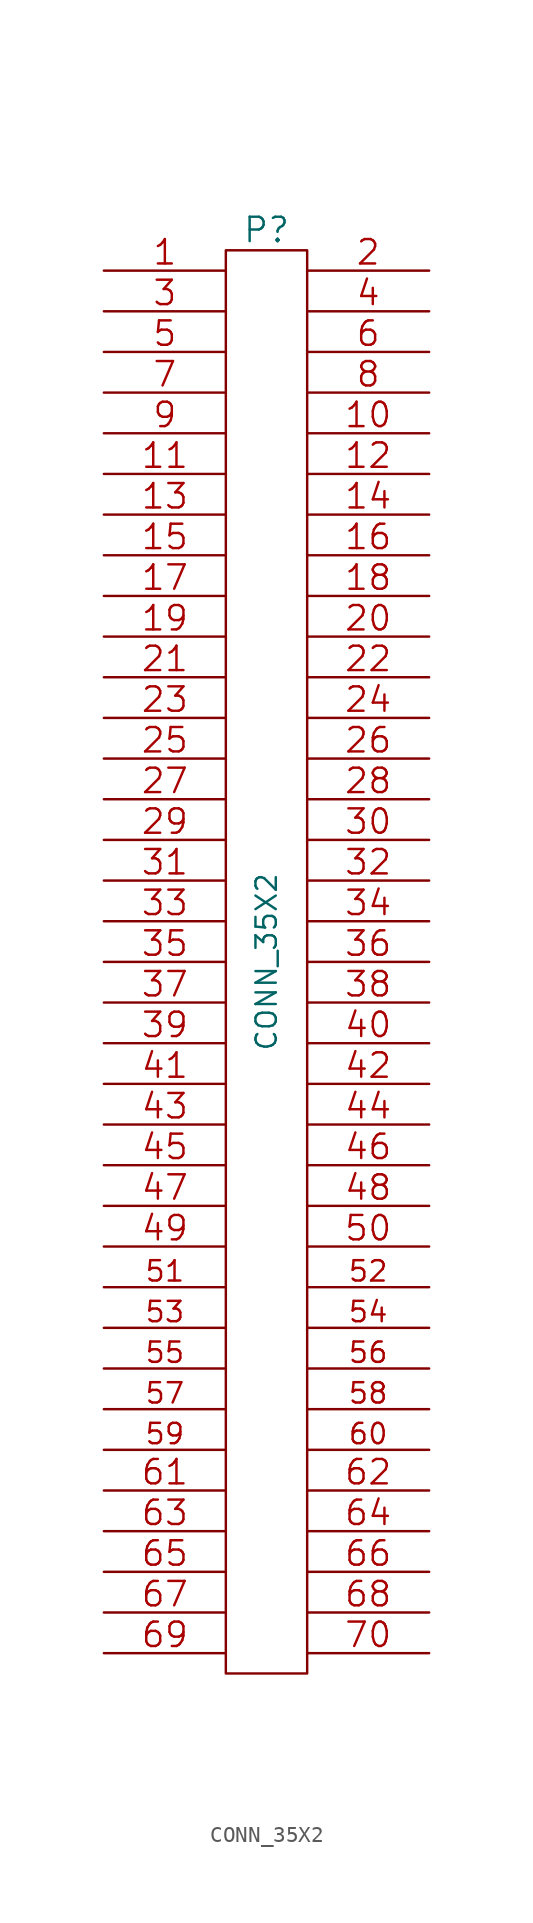
<source format=kicad_sym>
(kicad_symbol_lib
  (version 20241209)
  (generator "kicad_symbol_editor")
  (generator_version "9.0")
  (symbol "CONN_35X2"
    (pin_names
      (offset 0.254)
      (hide yes))
    (property "Reference" "P"
      (at 0 45.72 0)
      (effects (font (size 1.524 1.524))))
    (property "Value" "CONN_35X2"
      (at 0 0 90)
      (effects (font (size 1.27 1.27))))
    (property "Footprint" ""
      (at 0 6.35 0)
      (effects (font (size 1.524 1.524))))
    (property "Datasheet" ""
      (at 0 6.35 0)
      (effects (font (size 1.524 1.524))))
    (symbol "CONN_35X2_0_1"
      (rectangle (start -2.54 -44.45) (end 2.54 44.45) (stroke (width 0) (type solid)) (fill (type none))))
    (symbol "CONN_35X2_1_1"
      (pin passive line (at -10.16 43.18 0) (length 7.62) (name "P1" (effects (font (size 0.762 0.762)))) (number "1" (effects (font (size 1.524 1.524)))))
      (pin passive line (at -10.16 40.64 0) (length 7.62) (name "P3" (effects (font (size 0.762 0.762)))) (number "3" (effects (font (size 1.524 1.524)))))
      (pin passive line (at -10.16 38.1 0) (length 7.62) (name "P5" (effects (font (size 0.762 0.762)))) (number "5" (effects (font (size 1.524 1.524)))))
      (pin passive line (at -10.16 35.56 0) (length 7.62) (name "P7" (effects (font (size 0.762 0.762)))) (number "7" (effects (font (size 1.524 1.524)))))
      (pin passive line (at -10.16 33.02 0) (length 7.62) (name "P9" (effects (font (size 0.762 0.762)))) (number "9" (effects (font (size 1.524 1.524)))))
      (pin passive line (at -10.16 30.48 0) (length 7.62) (name "P11" (effects (font (size 0.762 0.762)))) (number "11" (effects (font (size 1.524 1.524)))))
      (pin passive line (at -10.16 27.94 0) (length 7.62) (name "P13" (effects (font (size 0.762 0.762)))) (number "13" (effects (font (size 1.524 1.524)))))
      (pin passive line (at -10.16 25.4 0) (length 7.62) (name "P15" (effects (font (size 0.762 0.762)))) (number "15" (effects (font (size 1.524 1.524)))))
      (pin passive line (at -10.16 22.86 0) (length 7.62) (name "P17" (effects (font (size 0.762 0.762)))) (number "17" (effects (font (size 1.524 1.524)))))
      (pin passive line (at -10.16 20.32 0) (length 7.62) (name "P19" (effects (font (size 0.762 0.762)))) (number "19" (effects (font (size 1.524 1.524)))))
      (pin passive line (at -10.16 17.78 0) (length 7.62) (name "P21" (effects (font (size 0.762 0.762)))) (number "21" (effects (font (size 1.524 1.524)))))
      (pin passive line (at -10.16 15.24 0) (length 7.62) (name "P23" (effects (font (size 0.762 0.762)))) (number "23" (effects (font (size 1.524 1.524)))))
      (pin passive line (at -10.16 12.7 0) (length 7.62) (name "~" (effects (font (size 0.762 0.762)))) (number "25" (effects (font (size 1.524 1.524)))))
      (pin passive line (at -10.16 10.16 0) (length 7.62) (name "P27" (effects (font (size 0.762 0.762)))) (number "27" (effects (font (size 1.524 1.524)))))
      (pin passive line (at -10.16 7.62 0) (length 7.62) (name "P29" (effects (font (size 0.762 0.762)))) (number "29" (effects (font (size 1.524 1.524)))))
      (pin passive line (at -10.16 5.08 0) (length 7.62) (name "P31" (effects (font (size 0.762 0.762)))) (number "31" (effects (font (size 1.524 1.524)))))
      (pin passive line (at -10.16 2.54 0) (length 7.62) (name "P33" (effects (font (size 0.762 0.762)))) (number "33" (effects (font (size 1.524 1.524)))))
      (pin passive line (at -10.16 0 0) (length 7.62) (name "P35" (effects (font (size 0.762 0.762)))) (number "35" (effects (font (size 1.524 1.524)))))
      (pin passive line (at -10.16 -2.54 0) (length 7.62) (name "P37" (effects (font (size 0.762 0.762)))) (number "37" (effects (font (size 1.524 1.524)))))
      (pin passive line (at -10.16 -5.08 0) (length 7.62) (name "P39" (effects (font (size 0.762 0.762)))) (number "39" (effects (font (size 1.524 1.524)))))
      (pin passive line (at -10.16 -7.62 0) (length 7.62) (name "P41" (effects (font (size 0.762 0.762)))) (number "41" (effects (font (size 1.524 1.524)))))
      (pin passive line (at -10.16 -10.16 0) (length 7.62) (name "P43" (effects (font (size 0.762 0.762)))) (number "43" (effects (font (size 1.524 1.524)))))
      (pin passive line (at -10.16 -12.7 0) (length 7.62) (name "P45" (effects (font (size 0.762 0.762)))) (number "45" (effects (font (size 1.524 1.524)))))
      (pin passive line (at -10.16 -15.24 0) (length 7.62) (name "P47" (effects (font (size 0.762 0.762)))) (number "47" (effects (font (size 1.524 1.524)))))
      (pin passive line (at -10.16 -17.78 0) (length 7.62) (name "P49" (effects (font (size 0.762 0.762)))) (number "49" (effects (font (size 1.524 1.524)))))
      (pin passive line (at -10.16 -20.32 0) (length 7.62) (name "P51" (effects (font (size 1.27 1.27)))) (number "51" (effects (font (size 1.27 1.27)))))
      (pin passive line (at -10.16 -22.86 0) (length 7.62) (name "P53" (effects (font (size 1.27 1.27)))) (number "53" (effects (font (size 1.27 1.27)))))
      (pin passive line (at -10.16 -25.4 0) (length 7.62) (name "P55" (effects (font (size 1.27 1.27)))) (number "55" (effects (font (size 1.27 1.27)))))
      (pin passive line (at -10.16 -27.94 0) (length 7.62) (name "P57" (effects (font (size 1.27 1.27)))) (number "57" (effects (font (size 1.27 1.27)))))
      (pin passive line (at -10.16 -30.48 0) (length 7.62) (name "P59" (effects (font (size 1.27 1.27)))) (number "59" (effects (font (size 1.27 1.27)))))
      (pin passive line (at -10.16 -33.02 0) (length 7.62) (name "P61" (effects (font (size 0.762 0.762)))) (number "61" (effects (font (size 1.524 1.524)))))
      (pin passive line (at -10.16 -35.56 0) (length 7.62) (name "P63" (effects (font (size 0.762 0.762)))) (number "63" (effects (font (size 1.524 1.524)))))
      (pin passive line (at -10.16 -38.1 0) (length 7.62) (name "P65" (effects (font (size 0.762 0.762)))) (number "65" (effects (font (size 1.524 1.524)))))
      (pin passive line (at -10.16 -40.64 0) (length 7.62) (name "P67" (effects (font (size 0.762 0.762)))) (number "67" (effects (font (size 1.524 1.524)))))
      (pin passive line (at -10.16 -43.18 0) (length 7.62) (name "P69" (effects (font (size 0.762 0.762)))) (number "69" (effects (font (size 1.524 1.524)))))
      (pin passive line (at 10.16 43.18 180) (length 7.62) (name "P2" (effects (font (size 0.762 0.762)))) (number "2" (effects (font (size 1.524 1.524)))))
      (pin passive line (at 10.16 40.64 180) (length 7.62) (name "P4" (effects (font (size 0.762 0.762)))) (number "4" (effects (font (size 1.524 1.524)))))
      (pin passive line (at 10.16 38.1 180) (length 7.62) (name "P6" (effects (font (size 0.762 0.762)))) (number "6" (effects (font (size 1.524 1.524)))))
      (pin passive line (at 10.16 35.56 180) (length 7.62) (name "P8" (effects (font (size 0.762 0.762)))) (number "8" (effects (font (size 1.524 1.524)))))
      (pin passive line (at 10.16 33.02 180) (length 7.62) (name "P10" (effects (font (size 0.762 0.762)))) (number "10" (effects (font (size 1.524 1.524)))))
      (pin passive line (at 10.16 30.48 180) (length 7.62) (name "P12" (effects (font (size 0.762 0.762)))) (number "12" (effects (font (size 1.524 1.524)))))
      (pin passive line (at 10.16 27.94 180) (length 7.62) (name "P14" (effects (font (size 0.762 0.762)))) (number "14" (effects (font (size 1.524 1.524)))))
      (pin passive line (at 10.16 25.4 180) (length 7.62) (name "P16" (effects (font (size 0.762 0.762)))) (number "16" (effects (font (size 1.524 1.524)))))
      (pin passive line (at 10.16 22.86 180) (length 7.62) (name "P18" (effects (font (size 0.762 0.762)))) (number "18" (effects (font (size 1.524 1.524)))))
      (pin passive line (at 10.16 20.32 180) (length 7.62) (name "P20" (effects (font (size 0.762 0.762)))) (number "20" (effects (font (size 1.524 1.524)))))
      (pin passive line (at 10.16 17.78 180) (length 7.62) (name "P22" (effects (font (size 0.762 0.762)))) (number "22" (effects (font (size 1.524 1.524)))))
      (pin passive line (at 10.16 15.24 180) (length 7.62) (name "P24" (effects (font (size 0.762 0.762)))) (number "24" (effects (font (size 1.524 1.524)))))
      (pin passive line (at 10.16 12.7 180) (length 7.62) (name "P26" (effects (font (size 0.762 0.762)))) (number "26" (effects (font (size 1.524 1.524)))))
      (pin passive line (at 10.16 10.16 180) (length 7.62) (name "P28" (effects (font (size 0.762 0.762)))) (number "28" (effects (font (size 1.524 1.524)))))
      (pin passive line (at 10.16 7.62 180) (length 7.62) (name "P30" (effects (font (size 0.762 0.762)))) (number "30" (effects (font (size 1.524 1.524)))))
      (pin passive line (at 10.16 5.08 180) (length 7.62) (name "P32" (effects (font (size 0.762 0.762)))) (number "32" (effects (font (size 1.524 1.524)))))
      (pin passive line (at 10.16 2.54 180) (length 7.62) (name "P34" (effects (font (size 0.762 0.762)))) (number "34" (effects (font (size 1.524 1.524)))))
      (pin passive line (at 10.16 0 180) (length 7.62) (name "P36" (effects (font (size 0.762 0.762)))) (number "36" (effects (font (size 1.524 1.524)))))
      (pin passive line (at 10.16 -2.54 180) (length 7.62) (name "P38" (effects (font (size 0.762 0.762)))) (number "38" (effects (font (size 1.524 1.524)))))
      (pin passive line (at 10.16 -5.08 180) (length 7.62) (name "P40" (effects (font (size 0.762 0.762)))) (number "40" (effects (font (size 1.524 1.524)))))
      (pin passive line (at 10.16 -7.62 180) (length 7.62) (name "P42" (effects (font (size 0.762 0.762)))) (number "42" (effects (font (size 1.524 1.524)))))
      (pin passive line (at 10.16 -10.16 180) (length 7.62) (name "P44" (effects (font (size 0.762 0.762)))) (number "44" (effects (font (size 1.524 1.524)))))
      (pin passive line (at 10.16 -12.7 180) (length 7.62) (name "P46" (effects (font (size 0.762 0.762)))) (number "46" (effects (font (size 1.524 1.524)))))
      (pin passive line (at 10.16 -15.24 180) (length 7.62) (name "P48" (effects (font (size 0.762 0.762)))) (number "48" (effects (font (size 1.524 1.524)))))
      (pin passive line (at 10.16 -17.78 180) (length 7.62) (name "P50" (effects (font (size 0.762 0.762)))) (number "50" (effects (font (size 1.524 1.524)))))
      (pin passive line (at 10.16 -20.32 180) (length 7.62) (name "P52" (effects (font (size 1.27 1.27)))) (number "52" (effects (font (size 1.27 1.27)))))
      (pin passive line (at 10.16 -22.86 180) (length 7.62) (name "P54" (effects (font (size 1.27 1.27)))) (number "54" (effects (font (size 1.27 1.27)))))
      (pin passive line (at 10.16 -25.4 180) (length 7.62) (name "P56" (effects (font (size 1.27 1.27)))) (number "56" (effects (font (size 1.27 1.27)))))
      (pin passive line (at 10.16 -27.94 180) (length 7.62) (name "P58" (effects (font (size 1.27 1.27)))) (number "58" (effects (font (size 1.27 1.27)))))
      (pin passive line (at 10.16 -30.48 180) (length 7.62) (name "P60" (effects (font (size 1.27 1.27)))) (number "60" (effects (font (size 1.27 1.27)))))
      (pin passive line (at 10.16 -33.02 180) (length 7.62) (name "P62" (effects (font (size 0.762 0.762)))) (number "62" (effects (font (size 1.524 1.524)))))
      (pin passive line (at 10.16 -35.56 180) (length 7.62) (name "P64" (effects (font (size 0.762 0.762)))) (number "64" (effects (font (size 1.524 1.524)))))
      (pin passive line (at 10.16 -38.1 180) (length 7.62) (name "P66" (effects (font (size 0.762 0.762)))) (number "66" (effects (font (size 1.524 1.524)))))
      (pin passive line (at 10.16 -40.64 180) (length 7.62) (name "P68" (effects (font (size 0.762 0.762)))) (number "68" (effects (font (size 1.524 1.524)))))
      (pin passive line (at 10.16 -43.18 180) (length 7.62) (name "P70" (effects (font (size 0.762 0.762)))) (number "70" (effects (font (size 1.524 1.524))))))))
</source>
